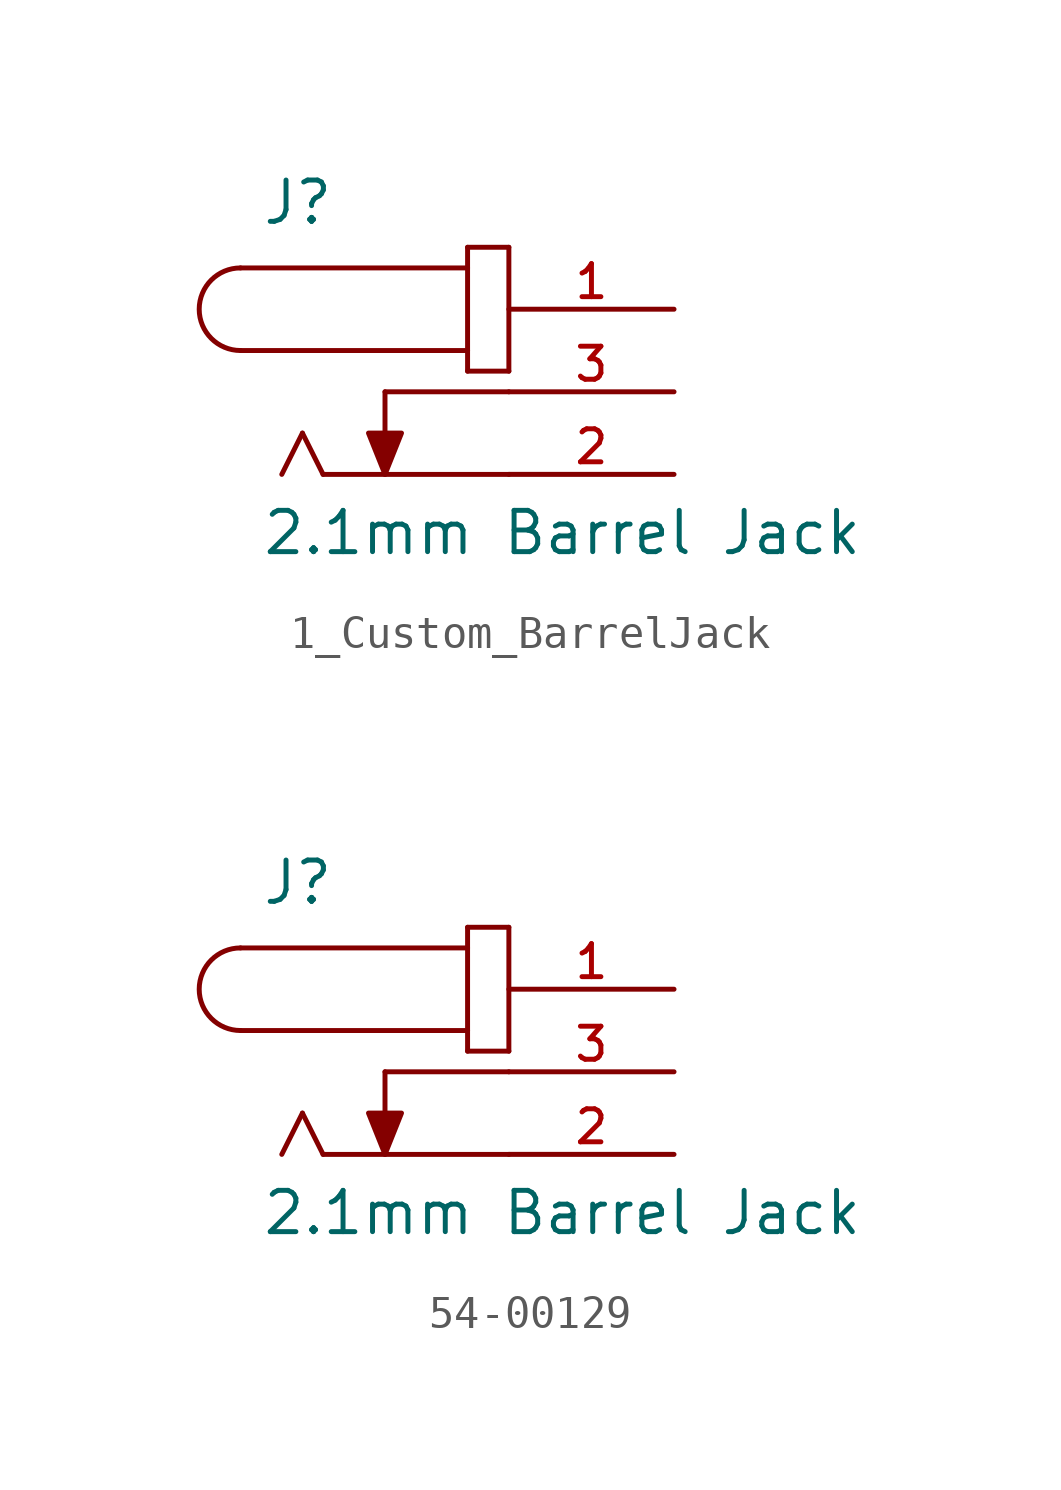
<source format=kicad_sym>
(kicad_symbol_lib
  (version 20241209)
  (generator "kicad_symbol_editor")
  (generator_version "9.0")
  (symbol "1_Custom_BarrelJack"
    (pin_names
      (offset 1.016))
    (property "Reference" "J"
      (at -7.62 5.08 0)
      (effects (font (size 1.27 1.27)) (justify left bottom)))
    (property "Value" "2.1mm Barrel Jack"
      (at -7.62 -5.08 0)
      (effects (font (size 1.27 1.27)) (justify left bottom)))
    (symbol "1_Custom_BarrelJack_0_0"
      (polyline (pts (xy -8.255 3.81) (xy -1.27 3.81)) (stroke (width 0.152) (type default)) (fill (type none)))
      (arc (start -8.255 1.27) (mid -9.5194 2.54) (end -8.255 3.81) (stroke (width 0.1524) (type default)) (fill (type none)))
      (polyline (pts (xy -6.35 -1.27) (xy -6.985 -2.54)) (stroke (width 0.152) (type default)) (fill (type none)))
      (polyline (pts (xy -5.715 -2.54) (xy -6.35 -1.27)) (stroke (width 0.152) (type default)) (fill (type none)))
      (polyline (pts (xy -3.81 0) (xy -3.81 -2.54)) (stroke (width 0.152) (type default)) (fill (type none)))
      (polyline (pts (xy -3.81 -2.54) (xy -4.318 -1.27) (xy -3.302 -1.27) (xy -3.81 -2.54)) (stroke (width 0.152) (type default)) (fill (type outline)))
      (polyline (pts (xy -1.27 4.445) (xy -1.27 3.81)) (stroke (width 0.152) (type default)) (fill (type none)))
      (polyline (pts (xy -1.27 3.81) (xy -1.27 1.27)) (stroke (width 0.152) (type default)) (fill (type none)))
      (polyline (pts (xy -1.27 1.27) (xy -8.255 1.27)) (stroke (width 0.152) (type default)) (fill (type none)))
      (polyline (pts (xy -1.27 1.27) (xy -1.27 0.635)) (stroke (width 0.152) (type default)) (fill (type none)))
      (polyline (pts (xy -1.27 0.635) (xy 0 0.635)) (stroke (width 0.152) (type default)) (fill (type none)))
      (polyline (pts (xy 0 4.445) (xy -1.27 4.445)) (stroke (width 0.152) (type default)) (fill (type none)))
      (polyline (pts (xy 0 0.635) (xy 0 4.445)) (stroke (width 0.152) (type default)) (fill (type none)))
      (polyline (pts (xy 0 0) (xy -3.81 0)) (stroke (width 0.152) (type default)) (fill (type none)))
      (polyline (pts (xy 0 -2.54) (xy -5.715 -2.54)) (stroke (width 0.152) (type default)) (fill (type none))))
    (symbol "1_Custom_BarrelJack_1_0"
      (pin power_out line (at 5.08 2.54 180) (length 5.08) (name "~" (effects (font (size 1.016 1.016)))) (number "1" (effects (font (size 1.016 1.016)))))
      (pin power_in line (at 5.08 0 180) (length 5.08) (name "~" (effects (font (size 1.016 1.016)))) (number "3" (effects (font (size 1.016 1.016)))))
      (pin power_in line (at 5.08 -2.54 180) (length 5.08) (name "~" (effects (font (size 1.016 1.016)))) (number "2" (effects (font (size 1.016 1.016)))))))
  (symbol "54-00129"
    (pin_names
      (offset 1.016))
    (property "Reference" "J"
      (at -7.62 5.08 0)
      (effects (font (size 1.27 1.27)) (justify left bottom)))
    (property "Value" "2.1mm Barrel Jack"
      (at -7.62 -5.08 0)
      (effects (font (size 1.27 1.27)) (justify left bottom)))
    (symbol "54-00129_0_0"
      (polyline (pts (xy -8.255 3.81) (xy -1.27 3.81)) (stroke (width 0.152) (type default)) (fill (type none)))
      (arc (start -8.255 1.27) (mid -9.5194 2.54) (end -8.255 3.81) (stroke (width 0.1524) (type default)) (fill (type none)))
      (polyline (pts (xy -6.35 -1.27) (xy -6.985 -2.54)) (stroke (width 0.152) (type default)) (fill (type none)))
      (polyline (pts (xy -5.715 -2.54) (xy -6.35 -1.27)) (stroke (width 0.152) (type default)) (fill (type none)))
      (polyline (pts (xy -3.81 0) (xy -3.81 -2.54)) (stroke (width 0.152) (type default)) (fill (type none)))
      (polyline (pts (xy -3.81 -2.54) (xy -4.318 -1.27) (xy -3.302 -1.27) (xy -3.81 -2.54)) (stroke (width 0.152) (type default)) (fill (type outline)))
      (polyline (pts (xy -1.27 4.445) (xy -1.27 3.81)) (stroke (width 0.152) (type default)) (fill (type none)))
      (polyline (pts (xy -1.27 3.81) (xy -1.27 1.27)) (stroke (width 0.152) (type default)) (fill (type none)))
      (polyline (pts (xy -1.27 1.27) (xy -8.255 1.27)) (stroke (width 0.152) (type default)) (fill (type none)))
      (polyline (pts (xy -1.27 1.27) (xy -1.27 0.635)) (stroke (width 0.152) (type default)) (fill (type none)))
      (polyline (pts (xy -1.27 0.635) (xy 0 0.635)) (stroke (width 0.152) (type default)) (fill (type none)))
      (polyline (pts (xy 0 4.445) (xy -1.27 4.445)) (stroke (width 0.152) (type default)) (fill (type none)))
      (polyline (pts (xy 0 0.635) (xy 0 4.445)) (stroke (width 0.152) (type default)) (fill (type none)))
      (polyline (pts (xy 0 0) (xy -3.81 0)) (stroke (width 0.152) (type default)) (fill (type none)))
      (polyline (pts (xy 0 -2.54) (xy -5.715 -2.54)) (stroke (width 0.152) (type default)) (fill (type none))))
    (symbol "54-00129_1_0"
      (pin power_out line (at 5.08 2.54 180) (length 5.08) (name "~" (effects (font (size 1.016 1.016)))) (number "1" (effects (font (size 1.016 1.016)))))
      (pin power_out line (at 5.08 0 180) (length 5.08) (name "~" (effects (font (size 1.016 1.016)))) (number "3" (effects (font (size 1.016 1.016)))))
      (pin power_out line (at 5.08 -2.54 180) (length 5.08) (name "~" (effects (font (size 1.016 1.016)))) (number "2" (effects (font (size 1.016 1.016))))))))
</source>
